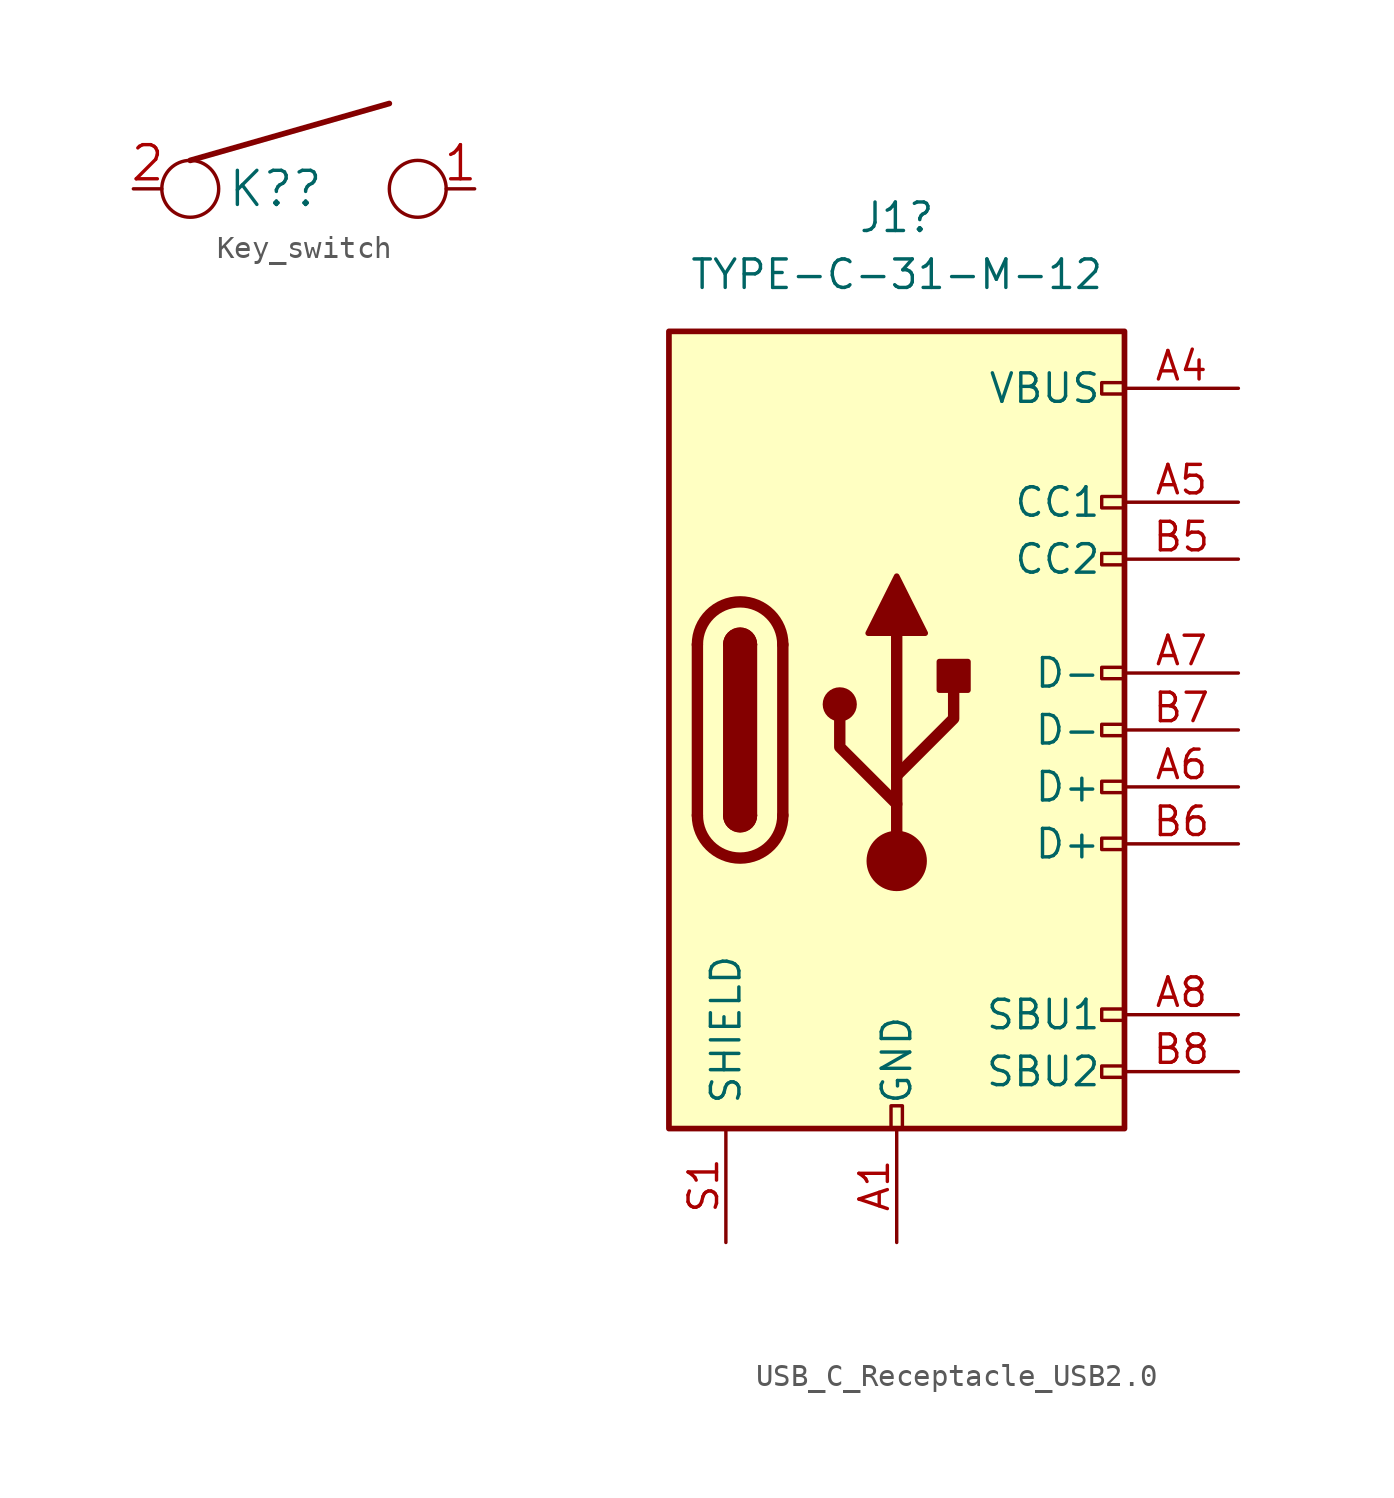
<source format=kicad_sym>
(kicad_symbol_lib
  (version 20211014)
  (generator kicad_symbol_editor)
  (symbol "Key_switch"
    (pin_names
      (offset 1.016))
    (property "Reference" "K?"
      (at -1.27 0 0)
      (effects (font (size 1.524 1.524))))
    (property "Footprint" ""
      (at 0 0 0)
      (effects (font (size 1.524 1.524))))
    (property "Datasheet" ""
      (at 0 0 0)
      (effects (font (size 1.524 1.524))))
    (symbol "Key_switch_0_1"
      (circle (center -5.08 0) (radius 1.27) (stroke (width 0) (type default) (color 0 0 0 0)) (fill (type none)))
      (polyline (pts (xy -5.08 1.27) (xy 3.81 3.81)) (stroke (width 0.254) (type default) (color 0 0 0 0)) (fill (type none)))
      (circle (center 5.08 0) (radius 1.27) (stroke (width 0) (type default) (color 0 0 0 0)) (fill (type none))))
    (symbol "Key_switch_1_1"
      (pin passive line (at 7.62 0 180) (length 1.27) (name "~" (effects (font (size 1.524 1.524)))) (number "1" (effects (font (size 1.524 1.524)))))
      (pin passive line (at -7.62 0 0) (length 1.27) (name "~" (effects (font (size 1.524 1.524)))) (number "2" (effects (font (size 1.524 1.524)))))))
  (symbol "USB_C_Receptacle_USB2.0"
    (pin_names
      (offset 1.016))
    (property "Reference" "J1"
      (at 0 22.86 0)
      (effects (font (size 1.27 1.27))))
    (property "Value" "TYPE-C-31-M-12"
      (at 0 20.32 0)
      (effects (font (size 1.27 1.27))))
    (symbol "USB_C_Receptacle_USB2.0_0_0"
      (rectangle (start -0.254 -17.78) (end 0.254 -16.764) (stroke (width 0) (type default) (color 0 0 0 0)) (fill (type none)))
      (rectangle (start 10.16 -14.986) (end 9.144 -15.494) (stroke (width 0) (type default) (color 0 0 0 0)) (fill (type none)))
      (rectangle (start 10.16 -12.446) (end 9.144 -12.954) (stroke (width 0) (type default) (color 0 0 0 0)) (fill (type none)))
      (rectangle (start 10.16 -4.826) (end 9.144 -5.334) (stroke (width 0) (type default) (color 0 0 0 0)) (fill (type none)))
      (rectangle (start 10.16 -2.286) (end 9.144 -2.794) (stroke (width 0) (type default) (color 0 0 0 0)) (fill (type none)))
      (rectangle (start 10.16 0.254) (end 9.144 -0.254) (stroke (width 0) (type default) (color 0 0 0 0)) (fill (type none)))
      (rectangle (start 10.16 2.794) (end 9.144 2.286) (stroke (width 0) (type default) (color 0 0 0 0)) (fill (type none)))
      (rectangle (start 10.16 7.874) (end 9.144 7.366) (stroke (width 0) (type default) (color 0 0 0 0)) (fill (type none)))
      (rectangle (start 10.16 10.414) (end 9.144 9.906) (stroke (width 0) (type default) (color 0 0 0 0)) (fill (type none)))
      (rectangle (start 10.16 15.494) (end 9.144 14.986) (stroke (width 0) (type default) (color 0 0 0 0)) (fill (type none))))
    (symbol "USB_C_Receptacle_USB2.0_0_1"
      (rectangle (start -10.16 17.78) (end 10.16 -17.78) (stroke (width 0.254) (type default) (color 0 0 0 0)) (fill (type background)))
      (arc (start -8.89 -3.81) (mid -6.985 -5.715) (end -5.08 -3.81) (stroke (width 0.508) (type default) (color 0 0 0 0)) (fill (type none)))
      (arc (start -7.62 -3.81) (mid -6.985 -4.445) (end -6.35 -3.81) (stroke (width 0.254) (type default) (color 0 0 0 0)) (fill (type none)))
      (arc (start -7.62 -3.81) (mid -6.985 -4.445) (end -6.35 -3.81) (stroke (width 0.254) (type default) (color 0 0 0 0)) (fill (type outline)))
      (rectangle (start -7.62 -3.81) (end -6.35 3.81) (stroke (width 0.254) (type default) (color 0 0 0 0)) (fill (type outline)))
      (arc (start -6.35 3.81) (mid -6.985 4.445) (end -7.62 3.81) (stroke (width 0.254) (type default) (color 0 0 0 0)) (fill (type none)))
      (arc (start -6.35 3.81) (mid -6.985 4.445) (end -7.62 3.81) (stroke (width 0.254) (type default) (color 0 0 0 0)) (fill (type outline)))
      (arc (start -5.08 3.81) (mid -6.985 5.715) (end -8.89 3.81) (stroke (width 0.508) (type default) (color 0 0 0 0)) (fill (type none)))
      (circle (center -2.54 1.143) (radius 0.635) (stroke (width 0.254) (type default) (color 0 0 0 0)) (fill (type outline)))
      (circle (center 0 -5.842) (radius 1.27) (stroke (width 0) (type default) (color 0 0 0 0)) (fill (type outline)))
      (polyline (pts (xy -8.89 -3.81) (xy -8.89 3.81)) (stroke (width 0.508) (type default) (color 0 0 0 0)) (fill (type none)))
      (polyline (pts (xy -5.08 3.81) (xy -5.08 -3.81)) (stroke (width 0.508) (type default) (color 0 0 0 0)) (fill (type none)))
      (polyline (pts (xy 0 -5.842) (xy 0 4.318)) (stroke (width 0.508) (type default) (color 0 0 0 0)) (fill (type none)))
      (polyline (pts (xy 0 -3.302) (xy -2.54 -0.762) (xy -2.54 0.508)) (stroke (width 0.508) (type default) (color 0 0 0 0)) (fill (type none)))
      (polyline (pts (xy 0 -2.032) (xy 2.54 0.508) (xy 2.54 1.778)) (stroke (width 0.508) (type default) (color 0 0 0 0)) (fill (type none)))
      (polyline (pts (xy -1.27 4.318) (xy 0 6.858) (xy 1.27 4.318) (xy -1.27 4.318)) (stroke (width 0.254) (type default) (color 0 0 0 0)) (fill (type outline)))
      (rectangle (start 1.905 1.778) (end 3.175 3.048) (stroke (width 0.254) (type default) (color 0 0 0 0)) (fill (type outline))))
    (symbol "USB_C_Receptacle_USB2.0_1_1"
      (pin passive line (at 0 -22.86 90) (length 5.08) (name "GND" (effects (font (size 1.27 1.27)))) (number "A1" (effects (font (size 1.27 1.27)))))
      (pin passive line (at 0 -22.86 90) (length 5.08) hide (name "GND" (effects (font (size 1.27 1.27)))) (number "A12" (effects (font (size 1.27 1.27)))))
      (pin passive line (at 15.24 15.24 180) (length 5.08) (name "VBUS" (effects (font (size 1.27 1.27)))) (number "A4" (effects (font (size 1.27 1.27)))))
      (pin bidirectional line (at 15.24 10.16 180) (length 5.08) (name "CC1" (effects (font (size 1.27 1.27)))) (number "A5" (effects (font (size 1.27 1.27)))))
      (pin bidirectional line (at 15.24 -2.54 180) (length 5.08) (name "D+" (effects (font (size 1.27 1.27)))) (number "A6" (effects (font (size 1.27 1.27)))))
      (pin bidirectional line (at 15.24 2.54 180) (length 5.08) (name "D-" (effects (font (size 1.27 1.27)))) (number "A7" (effects (font (size 1.27 1.27)))))
      (pin bidirectional line (at 15.24 -12.7 180) (length 5.08) (name "SBU1" (effects (font (size 1.27 1.27)))) (number "A8" (effects (font (size 1.27 1.27)))))
      (pin passive line (at 15.24 15.24 180) (length 5.08) hide (name "VBUS" (effects (font (size 1.27 1.27)))) (number "A9" (effects (font (size 1.27 1.27)))))
      (pin passive line (at 0 -22.86 90) (length 5.08) hide (name "GND" (effects (font (size 1.27 1.27)))) (number "B1" (effects (font (size 1.27 1.27)))))
      (pin passive line (at 0 -22.86 90) (length 5.08) hide (name "GND" (effects (font (size 1.27 1.27)))) (number "B12" (effects (font (size 1.27 1.27)))))
      (pin passive line (at 15.24 15.24 180) (length 5.08) hide (name "VBUS" (effects (font (size 1.27 1.27)))) (number "B4" (effects (font (size 1.27 1.27)))))
      (pin bidirectional line (at 15.24 7.62 180) (length 5.08) (name "CC2" (effects (font (size 1.27 1.27)))) (number "B5" (effects (font (size 1.27 1.27)))))
      (pin bidirectional line (at 15.24 -5.08 180) (length 5.08) (name "D+" (effects (font (size 1.27 1.27)))) (number "B6" (effects (font (size 1.27 1.27)))))
      (pin bidirectional line (at 15.24 0 180) (length 5.08) (name "D-" (effects (font (size 1.27 1.27)))) (number "B7" (effects (font (size 1.27 1.27)))))
      (pin bidirectional line (at 15.24 -15.24 180) (length 5.08) (name "SBU2" (effects (font (size 1.27 1.27)))) (number "B8" (effects (font (size 1.27 1.27)))))
      (pin passive line (at 15.24 15.24 180) (length 5.08) hide (name "VBUS" (effects (font (size 1.27 1.27)))) (number "B9" (effects (font (size 1.27 1.27)))))
      (pin passive line (at -7.62 -22.86 90) (length 5.08) (name "SHIELD" (effects (font (size 1.27 1.27)))) (number "S1" (effects (font (size 1.27 1.27))))))))
</source>
